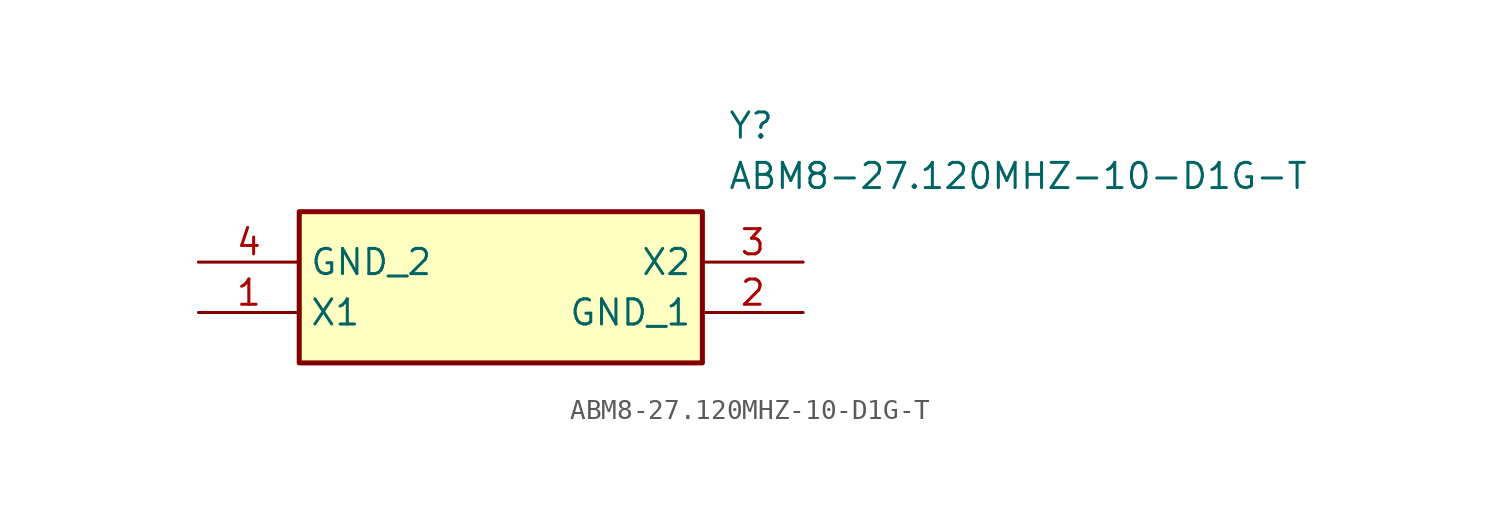
<source format=kicad_sym>
(kicad_symbol_lib
  (version 20211014)
  (generator SamacSys_ECAD_Model)
  (symbol "ABM8-27.120MHZ-10-D1G-T"
    (property "Reference" "Y"
      (at 26.67 7.62 0)
      (effects (font (size 1.27 1.27)) (justify left top)))
    (property "Value" "ABM8-27.120MHZ-10-D1G-T"
      (at 26.67 5.08 0)
      (effects (font (size 1.27 1.27)) (justify left top)))
    (rectangle
      (start 5.08 2.54)
      (end 25.4 -5.08)
      (stroke (width 0.254) (type default))
      (fill (type background)))
    (pin passive line
      (at 0 -2.54 0)
      (length 5.08)
      (name "X1" (effects (font (size 1.27 1.27))))
      (number "1" (effects (font (size 1.27 1.27)))))
    (pin passive line
      (at 30.48 -2.54 180)
      (length 5.08)
      (name "GND_1" (effects (font (size 1.27 1.27))))
      (number "2" (effects (font (size 1.27 1.27)))))
    (pin passive line
      (at 30.48 0 180)
      (length 5.08)
      (name "X2" (effects (font (size 1.27 1.27))))
      (number "3" (effects (font (size 1.27 1.27)))))
    (pin passive line
      (at 0 0 0)
      (length 5.08)
      (name "GND_2" (effects (font (size 1.27 1.27))))
      (number "4" (effects (font (size 1.27 1.27)))))))
</source>
